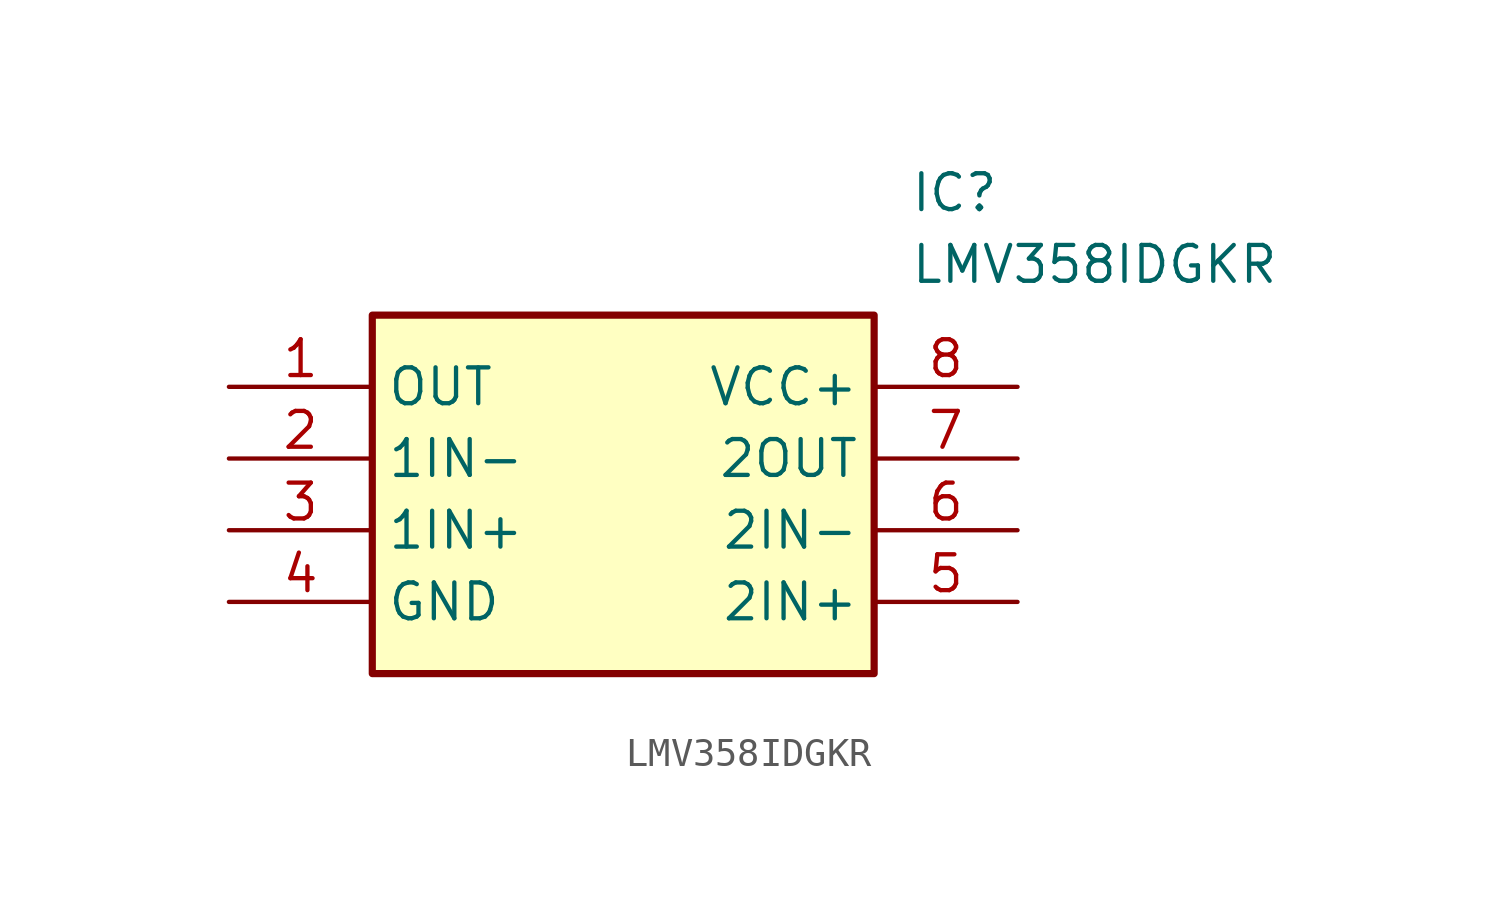
<source format=kicad_sym>
(kicad_symbol_lib
  (version 20211014)
  (generator SamacSys_ECAD_Model)
  (symbol "LMV358IDGKR"
    (property "Reference" "IC"
      (at 24.13 7.62 0)
      (effects (font (size 1.27 1.27)) (justify left top)))
    (property "Value" "LMV358IDGKR"
      (at 24.13 5.08 0)
      (effects (font (size 1.27 1.27)) (justify left top)))
    (rectangle
      (start 5.08 2.54)
      (end 22.86 -10.16)
      (stroke (width 0.254) (type default))
      (fill (type background)))
    (pin passive line
      (at 0 0 0)
      (length 5.08)
      (name "OUT" (effects (font (size 1.27 1.27))))
      (number "1" (effects (font (size 1.27 1.27)))))
    (pin passive line
      (at 0 -2.54 0)
      (length 5.08)
      (name "1IN-" (effects (font (size 1.27 1.27))))
      (number "2" (effects (font (size 1.27 1.27)))))
    (pin passive line
      (at 0 -5.08 0)
      (length 5.08)
      (name "1IN+" (effects (font (size 1.27 1.27))))
      (number "3" (effects (font (size 1.27 1.27)))))
    (pin passive line
      (at 0 -7.62 0)
      (length 5.08)
      (name "GND" (effects (font (size 1.27 1.27))))
      (number "4" (effects (font (size 1.27 1.27)))))
    (pin passive line
      (at 27.94 0 180)
      (length 5.08)
      (name "VCC+" (effects (font (size 1.27 1.27))))
      (number "8" (effects (font (size 1.27 1.27)))))
    (pin passive line
      (at 27.94 -2.54 180)
      (length 5.08)
      (name "2OUT" (effects (font (size 1.27 1.27))))
      (number "7" (effects (font (size 1.27 1.27)))))
    (pin passive line
      (at 27.94 -5.08 180)
      (length 5.08)
      (name "2IN-" (effects (font (size 1.27 1.27))))
      (number "6" (effects (font (size 1.27 1.27)))))
    (pin passive line
      (at 27.94 -7.62 180)
      (length 5.08)
      (name "2IN+" (effects (font (size 1.27 1.27))))
      (number "5" (effects (font (size 1.27 1.27)))))))
</source>
